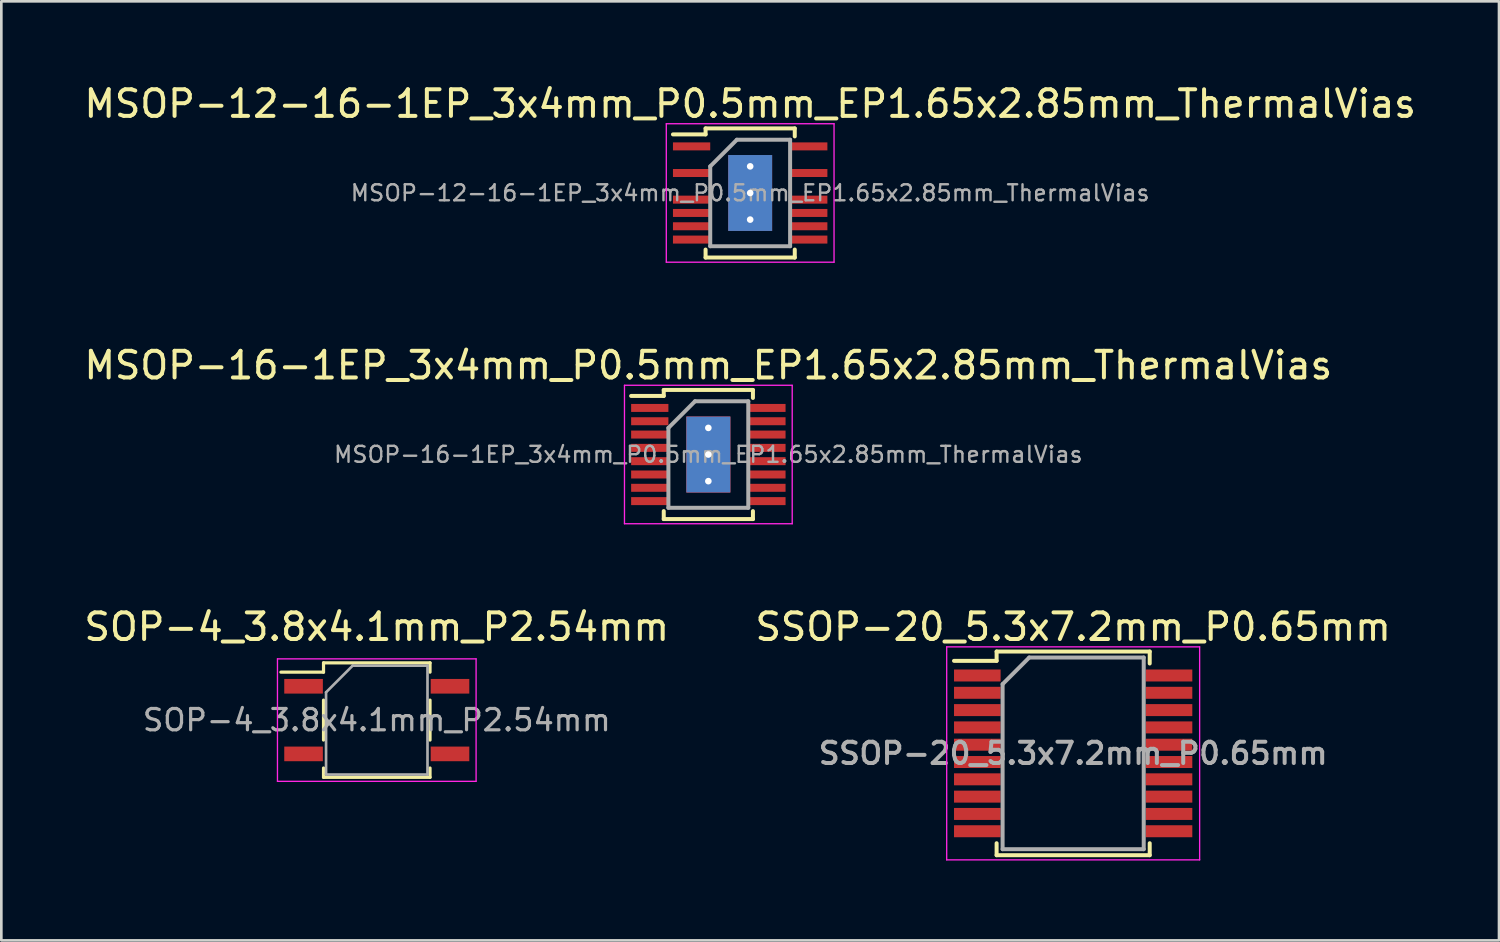
<source format=kicad_pcb>
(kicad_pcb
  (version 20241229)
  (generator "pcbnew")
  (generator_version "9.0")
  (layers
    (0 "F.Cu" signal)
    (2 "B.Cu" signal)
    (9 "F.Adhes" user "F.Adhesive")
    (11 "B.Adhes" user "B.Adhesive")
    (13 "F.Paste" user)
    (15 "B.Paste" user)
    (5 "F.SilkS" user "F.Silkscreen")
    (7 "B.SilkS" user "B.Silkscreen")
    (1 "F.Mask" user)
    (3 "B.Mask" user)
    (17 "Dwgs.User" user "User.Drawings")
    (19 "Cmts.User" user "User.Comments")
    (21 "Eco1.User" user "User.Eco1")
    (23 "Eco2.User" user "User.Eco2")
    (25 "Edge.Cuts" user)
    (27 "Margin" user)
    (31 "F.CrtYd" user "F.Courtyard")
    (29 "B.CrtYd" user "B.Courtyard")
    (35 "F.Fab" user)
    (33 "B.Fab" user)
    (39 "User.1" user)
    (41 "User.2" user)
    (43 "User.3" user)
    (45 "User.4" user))
  (footprint "SSOP-20_5.3x7.2mm_P0.65mm"
    (layer "F.Cu")
    (at 37.256 25.245)
    (property "Reference" "SSOP-20_5.3x7.2mm_P0.65mm" (at 0 -4.75 0) (layer "F.SilkS") (effects (font (size 1 1) (thickness 0.15))))
    (attr smd)
    (fp_line (start -2.875 -3.825) (end -2.875 -3.475) (stroke (width 0.15) (type solid)) (layer "F.SilkS"))
    (fp_line (start -2.875 -3.825) (end 2.875 -3.825) (stroke (width 0.15) (type solid)) (layer "F.SilkS"))
    (fp_line (start -2.875 -3.475) (end -4.475 -3.475) (stroke (width 0.15) (type solid)) (layer "F.SilkS"))
    (fp_line (start -2.875 3.825) (end -2.875 3.375) (stroke (width 0.15) (type solid)) (layer "F.SilkS"))
    (fp_line (start -2.875 3.825) (end 2.875 3.825) (stroke (width 0.15) (type solid)) (layer "F.SilkS"))
    (fp_line (start 2.875 -3.825) (end 2.875 -3.375) (stroke (width 0.15) (type solid)) (layer "F.SilkS"))
    (fp_line (start 2.875 3.825) (end 2.875 3.375) (stroke (width 0.15) (type solid)) (layer "F.SilkS"))
    (fp_line (start -4.75 -4) (end -4.75 4) (stroke (width 0.05) (type solid)) (layer "F.CrtYd"))
    (fp_line (start -4.75 -4) (end 4.75 -4) (stroke (width 0.05) (type solid)) (layer "F.CrtYd"))
    (fp_line (start -4.75 4) (end 4.75 4) (stroke (width 0.05) (type solid)) (layer "F.CrtYd"))
    (fp_line (start 4.75 -4) (end 4.75 4) (stroke (width 0.05) (type solid)) (layer "F.CrtYd"))
    (fp_line (start -2.65 -2.6) (end -1.65 -3.6) (stroke (width 0.15) (type solid)) (layer "F.Fab"))
    (fp_line (start -2.65 3.6) (end -2.65 -2.6) (stroke (width 0.15) (type solid)) (layer "F.Fab"))
    (fp_line (start -1.65 -3.6) (end 2.65 -3.6) (stroke (width 0.15) (type solid)) (layer "F.Fab"))
    (fp_line (start 2.65 -3.6) (end 2.65 3.6) (stroke (width 0.15) (type solid)) (layer "F.Fab"))
    (fp_line (start 2.65 3.6) (end -2.65 3.6) (stroke (width 0.15) (type solid)) (layer "F.Fab"))
    (fp_text user "${REFERENCE}" (at 0 0 0) (layer "F.Fab") (effects (font (size 0.8 0.8) (thickness 0.15))))
    (pad "1" smd rect (at -3.6 -2.925) (size 1.75 0.45) (layers "F.Cu" "F.Mask" "F.Paste"))
    (pad "2" smd rect (at -3.6 -2.275) (size 1.75 0.45) (layers "F.Cu" "F.Mask" "F.Paste"))
    (pad "3" smd rect (at -3.6 -1.625) (size 1.75 0.45) (layers "F.Cu" "F.Mask" "F.Paste"))
    (pad "4" smd rect (at -3.6 -0.975) (size 1.75 0.45) (layers "F.Cu" "F.Mask" "F.Paste"))
    (pad "5" smd rect (at -3.6 -0.325) (size 1.75 0.45) (layers "F.Cu" "F.Mask" "F.Paste"))
    (pad "6" smd rect (at -3.6 0.325) (size 1.75 0.45) (layers "F.Cu" "F.Mask" "F.Paste"))
    (pad "7" smd rect (at -3.6 0.975) (size 1.75 0.45) (layers "F.Cu" "F.Mask" "F.Paste"))
    (pad "8" smd rect (at -3.6 1.625) (size 1.75 0.45) (layers "F.Cu" "F.Mask" "F.Paste"))
    (pad "9" smd rect (at -3.6 2.275) (size 1.75 0.45) (layers "F.Cu" "F.Mask" "F.Paste"))
    (pad "10" smd rect (at -3.6 2.925) (size 1.75 0.45) (layers "F.Cu" "F.Mask" "F.Paste"))
    (pad "11" smd rect (at 3.6 2.925) (size 1.75 0.45) (layers "F.Cu" "F.Mask" "F.Paste"))
    (pad "12" smd rect (at 3.6 2.275) (size 1.75 0.45) (layers "F.Cu" "F.Mask" "F.Paste"))
    (pad "13" smd rect (at 3.6 1.625) (size 1.75 0.45) (layers "F.Cu" "F.Mask" "F.Paste"))
    (pad "14" smd rect (at 3.6 0.975) (size 1.75 0.45) (layers "F.Cu" "F.Mask" "F.Paste"))
    (pad "15" smd rect (at 3.6 0.325) (size 1.75 0.45) (layers "F.Cu" "F.Mask" "F.Paste"))
    (pad "16" smd rect (at 3.6 -0.325) (size 1.75 0.45) (layers "F.Cu" "F.Mask" "F.Paste"))
    (pad "17" smd rect (at 3.6 -0.975) (size 1.75 0.45) (layers "F.Cu" "F.Mask" "F.Paste"))
    (pad "18" smd rect (at 3.6 -1.625) (size 1.75 0.45) (layers "F.Cu" "F.Mask" "F.Paste"))
    (pad "19" smd rect (at 3.6 -2.275) (size 1.75 0.45) (layers "F.Cu" "F.Mask" "F.Paste"))
    (pad "20" smd rect (at 3.6 -2.925) (size 1.75 0.45) (layers "F.Cu" "F.Mask" "F.Paste")))
  (footprint "MSOP-16-1EP_3x4mm_P0.5mm_EP1.65x2.85mm_ThermalVias"
    (layer "F.Cu")
    (at 23.554 14.021)
    (property "Reference" "MSOP-16-1EP_3x4mm_P0.5mm_EP1.65x2.85mm_ThermalVias" (at 0 -3.35 0) (layer "F.SilkS") (effects (font (size 1 1) (thickness 0.15))))
    (attr smd)
    (fp_line (start -1.675 -2.425) (end -1.675 -2.2) (stroke (width 0.15) (type solid)) (layer "F.SilkS"))
    (fp_line (start -1.675 -2.425) (end 1.675 -2.425) (stroke (width 0.15) (type solid)) (layer "F.SilkS"))
    (fp_line (start -1.675 -2.2) (end -2.9 -2.2) (stroke (width 0.15) (type solid)) (layer "F.SilkS"))
    (fp_line (start -1.675 2.425) (end -1.675 2.125) (stroke (width 0.15) (type solid)) (layer "F.SilkS"))
    (fp_line (start -1.675 2.425) (end 1.675 2.425) (stroke (width 0.15) (type solid)) (layer "F.SilkS"))
    (fp_line (start 1.675 -2.425) (end 1.675 -2.125) (stroke (width 0.15) (type solid)) (layer "F.SilkS"))
    (fp_line (start 1.675 2.425) (end 1.675 2.125) (stroke (width 0.15) (type solid)) (layer "F.SilkS"))
    (fp_line (start -3.15 -2.6) (end -3.15 2.6) (stroke (width 0.05) (type solid)) (layer "F.CrtYd"))
    (fp_line (start -3.15 -2.6) (end 3.15 -2.6) (stroke (width 0.05) (type solid)) (layer "F.CrtYd"))
    (fp_line (start -3.15 2.6) (end 3.15 2.6) (stroke (width 0.05) (type solid)) (layer "F.CrtYd"))
    (fp_line (start 3.15 -2.6) (end 3.15 2.6) (stroke (width 0.05) (type solid)) (layer "F.CrtYd"))
    (fp_line (start -1.5 -1) (end -0.5 -2) (stroke (width 0.15) (type solid)) (layer "F.Fab"))
    (fp_line (start -1.5 2) (end -1.5 -1) (stroke (width 0.15) (type solid)) (layer "F.Fab"))
    (fp_line (start -0.5 -2) (end 1.5 -2) (stroke (width 0.15) (type solid)) (layer "F.Fab"))
    (fp_line (start 1.5 -2) (end 1.5 2) (stroke (width 0.15) (type solid)) (layer "F.Fab"))
    (fp_line (start 1.5 2) (end -1.5 2) (stroke (width 0.15) (type solid)) (layer "F.Fab"))
    (fp_text user "${REFERENCE}" (at 0 0 0) (layer "F.Fab") (effects (font (size 0.6 0.6) (thickness 0.09))))
    (pad "" smd rect (at -0.45 -1.25) (size 0.65 0.25) (layers "F.Paste"))
    (pad "" smd rect (at -0.45 -0.5) (size 0.65 0.8) (layers "F.Paste"))
    (pad "" smd rect (at -0.45 0.5) (size 0.65 0.8) (layers "F.Paste"))
    (pad "" smd rect (at -0.45 1.25) (size 0.65 0.25) (layers "F.Paste"))
    (pad "" smd rect (at 0.45 -1.25) (size 0.65 0.25) (layers "F.Paste"))
    (pad "" smd rect (at 0.45 -0.5) (size 0.65 0.8) (layers "F.Paste"))
    (pad "" smd rect (at 0.45 0.5) (size 0.65 0.8) (layers "F.Paste"))
    (pad "" smd rect (at 0.45 1.25) (size 0.65 0.25) (layers "F.Paste"))
    (pad "1" smd rect (at -2.2 -1.75) (size 1.4 0.3) (layers "F.Cu" "F.Mask" "F.Paste"))
    (pad "2" smd rect (at -2.2 -1.25) (size 1.4 0.3) (layers "F.Cu" "F.Mask" "F.Paste"))
    (pad "3" smd rect (at -2.2 -0.75) (size 1.4 0.3) (layers "F.Cu" "F.Mask" "F.Paste"))
    (pad "4" smd rect (at -2.2 -0.25) (size 1.4 0.3) (layers "F.Cu" "F.Mask" "F.Paste"))
    (pad "5" smd rect (at -2.2 0.25) (size 1.4 0.3) (layers "F.Cu" "F.Mask" "F.Paste"))
    (pad "6" smd rect (at -2.2 0.75) (size 1.4 0.3) (layers "F.Cu" "F.Mask" "F.Paste"))
    (pad "7" smd rect (at -2.2 1.25) (size 1.4 0.3) (layers "F.Cu" "F.Mask" "F.Paste"))
    (pad "8" smd rect (at -2.2 1.75) (size 1.4 0.3) (layers "F.Cu" "F.Mask" "F.Paste"))
    (pad "9" smd rect (at 2.2 1.75) (size 1.4 0.3) (layers "F.Cu" "F.Mask" "F.Paste"))
    (pad "10" smd rect (at 2.2 1.25) (size 1.4 0.3) (layers "F.Cu" "F.Mask" "F.Paste"))
    (pad "11" smd rect (at 2.2 0.75) (size 1.4 0.3) (layers "F.Cu" "F.Mask" "F.Paste"))
    (pad "12" smd rect (at 2.2 0.25) (size 1.4 0.3) (layers "F.Cu" "F.Mask" "F.Paste"))
    (pad "13" smd rect (at 2.2 -0.25) (size 1.4 0.3) (layers "F.Cu" "F.Mask" "F.Paste"))
    (pad "14" smd rect (at 2.2 -0.75) (size 1.4 0.3) (layers "F.Cu" "F.Mask" "F.Paste"))
    (pad "15" smd rect (at 2.2 -1.25) (size 1.4 0.3) (layers "F.Cu" "F.Mask" "F.Paste"))
    (pad "16" smd rect (at 2.2 -1.75) (size 1.4 0.3) (layers "F.Cu" "F.Mask" "F.Paste"))
    (pad "17" thru_hole circle (at 0 -1) (size 0.65 0.65) (drill 0.25) (layers "*.Cu"))
    (pad "17" thru_hole circle (at 0 0) (size 0.65 0.65) (drill 0.25) (layers "*.Cu" "F.Paste"))
    (pad "17" smd rect (at 0 0) (size 1.65 2.85) (layers "F.Cu" "F.Mask" "F.Paste"))
    (pad "17" smd rect (at 0 0) (size 1.65 2.85) (layers "F.Cu" "F.Mask" "F.Paste"))
    (pad "17" smd rect (at 0 0) (size 1.65 2.85) (layers "B.Cu"))
    (pad "17" thru_hole circle (at 0 1) (size 0.65 0.65) (drill 0.25) (layers "*.Cu")))
  (footprint "MSOP-12-16-1EP_3x4mm_P0.5mm_EP1.65x2.85mm_ThermalVias"
    (layer "F.Cu")
    (at 25.125 4.198)
    (property "Reference" "MSOP-12-16-1EP_3x4mm_P0.5mm_EP1.65x2.85mm_ThermalVias" (at 0 -3.35 0) (layer "F.SilkS") (effects (font (size 1 1) (thickness 0.15))))
    (attr smd)
    (fp_line (start -1.675 -2.425) (end -1.675 -2.2) (stroke (width 0.15) (type solid)) (layer "F.SilkS"))
    (fp_line (start -1.675 -2.425) (end 1.675 -2.425) (stroke (width 0.15) (type solid)) (layer "F.SilkS"))
    (fp_line (start -1.675 -2.2) (end -2.9 -2.2) (stroke (width 0.15) (type solid)) (layer "F.SilkS"))
    (fp_line (start -1.675 2.425) (end -1.675 2.125) (stroke (width 0.15) (type solid)) (layer "F.SilkS"))
    (fp_line (start -1.675 2.425) (end 1.675 2.425) (stroke (width 0.15) (type solid)) (layer "F.SilkS"))
    (fp_line (start 1.675 -2.425) (end 1.675 -2.125) (stroke (width 0.15) (type solid)) (layer "F.SilkS"))
    (fp_line (start 1.675 2.425) (end 1.675 2.125) (stroke (width 0.15) (type solid)) (layer "F.SilkS"))
    (fp_line (start -3.15 -2.6) (end -3.15 2.6) (stroke (width 0.05) (type solid)) (layer "F.CrtYd"))
    (fp_line (start -3.15 -2.6) (end 3.15 -2.6) (stroke (width 0.05) (type solid)) (layer "F.CrtYd"))
    (fp_line (start -3.15 2.6) (end 3.15 2.6) (stroke (width 0.05) (type solid)) (layer "F.CrtYd"))
    (fp_line (start 3.15 -2.6) (end 3.15 2.6) (stroke (width 0.05) (type solid)) (layer "F.CrtYd"))
    (fp_line (start -1.5 -1) (end -0.5 -2) (stroke (width 0.15) (type solid)) (layer "F.Fab"))
    (fp_line (start -1.5 2) (end -1.5 -1) (stroke (width 0.15) (type solid)) (layer "F.Fab"))
    (fp_line (start -0.5 -2) (end 1.5 -2) (stroke (width 0.15) (type solid)) (layer "F.Fab"))
    (fp_line (start 1.5 -2) (end 1.5 2) (stroke (width 0.15) (type solid)) (layer "F.Fab"))
    (fp_line (start 1.5 2) (end -1.5 2) (stroke (width 0.15) (type solid)) (layer "F.Fab"))
    (fp_text user "${REFERENCE}" (at 0 0 0) (layer "F.Fab") (effects (font (size 0.6 0.6) (thickness 0.09))))
    (pad "" smd rect (at -0.45 -1.25) (size 0.65 0.25) (layers "F.Paste"))
    (pad "" smd rect (at -0.45 -0.5) (size 0.65 0.8) (layers "F.Paste"))
    (pad "" smd rect (at -0.45 0.5) (size 0.65 0.8) (layers "F.Paste"))
    (pad "" smd rect (at -0.45 1.25) (size 0.65 0.25) (layers "F.Paste"))
    (pad "" smd rect (at 0.45 -1.25) (size 0.65 0.25) (layers "F.Paste"))
    (pad "" smd rect (at 0.45 -0.5) (size 0.65 0.8) (layers "F.Paste"))
    (pad "" smd rect (at 0.45 0.5) (size 0.65 0.8) (layers "F.Paste"))
    (pad "" smd rect (at 0.45 1.25) (size 0.65 0.25) (layers "F.Paste"))
    (pad "1" smd rect (at -2.2 -1.75) (size 1.4 0.3) (layers "F.Cu" "F.Mask" "F.Paste"))
    (pad "3" smd rect (at -2.2 -0.75) (size 1.4 0.3) (layers "F.Cu" "F.Mask" "F.Paste"))
    (pad "5" smd rect (at -2.2 0.25) (size 1.4 0.3) (layers "F.Cu" "F.Mask" "F.Paste"))
    (pad "6" smd rect (at -2.2 0.75) (size 1.4 0.3) (layers "F.Cu" "F.Mask" "F.Paste"))
    (pad "7" smd rect (at -2.2 1.25) (size 1.4 0.3) (layers "F.Cu" "F.Mask" "F.Paste"))
    (pad "8" smd rect (at -2.2 1.75) (size 1.4 0.3) (layers "F.Cu" "F.Mask" "F.Paste"))
    (pad "9" smd rect (at 2.2 1.75) (size 1.4 0.3) (layers "F.Cu" "F.Mask" "F.Paste"))
    (pad "10" smd rect (at 2.2 1.25) (size 1.4 0.3) (layers "F.Cu" "F.Mask" "F.Paste"))
    (pad "11" smd rect (at 2.2 0.75) (size 1.4 0.3) (layers "F.Cu" "F.Mask" "F.Paste"))
    (pad "12" smd rect (at 2.2 0.25) (size 1.4 0.3) (layers "F.Cu" "F.Mask" "F.Paste"))
    (pad "14" smd rect (at 2.2 -0.75) (size 1.4 0.3) (layers "F.Cu" "F.Mask" "F.Paste"))
    (pad "16" smd rect (at 2.2 -1.75) (size 1.4 0.3) (layers "F.Cu" "F.Mask" "F.Paste"))
    (pad "17" thru_hole circle (at 0 -1) (size 0.65 0.65) (drill 0.25) (layers "*.Cu"))
    (pad "17" thru_hole circle (at 0 0) (size 0.65 0.65) (drill 0.25) (layers "*.Cu" "F.Paste"))
    (pad "17" smd rect (at 0 0) (size 1.65 2.85) (layers "F.Cu" "F.Mask" "F.Paste"))
    (pad "17" smd rect (at 0 0) (size 1.65 2.85) (layers "B.Cu"))
    (pad "17" thru_hole circle (at 0 1) (size 0.65 0.65) (drill 0.25) (layers "*.Cu")))
  (footprint "SOP-4_3.8x4.1mm_P2.54mm"
    (layer "F.Cu")
    (at 11.101 23.995)
    (property "Reference" "SOP-4_3.8x4.1mm_P2.54mm" (at 0 -3.5 0) (layer "F.SilkS") (effects (font (size 1 1) (thickness 0.15))))
    (attr smd)
    (fp_line (start -2 -2.15) (end 2 -2.15) (stroke (width 0.12) (type solid)) (layer "F.SilkS"))
    (fp_line (start -2 -1.8) (end -3.6 -1.8) (stroke (width 0.12) (type solid)) (layer "F.SilkS"))
    (fp_line (start -2 -1.8) (end -2 -2.15) (stroke (width 0.12) (type solid)) (layer "F.SilkS"))
    (fp_line (start -2 0.75) (end -2 -0.75) (stroke (width 0.12) (type solid)) (layer "F.SilkS"))
    (fp_line (start -2 1.8) (end -2 2.15) (stroke (width 0.12) (type solid)) (layer "F.SilkS"))
    (fp_line (start -2 2.15) (end 2 2.15) (stroke (width 0.12) (type solid)) (layer "F.SilkS"))
    (fp_line (start 2 -2.15) (end 2 -1.8) (stroke (width 0.12) (type solid)) (layer "F.SilkS"))
    (fp_line (start 2 0.75) (end 2 -0.75) (stroke (width 0.12) (type solid)) (layer "F.SilkS"))
    (fp_line (start 2 2.15) (end 2 1.8) (stroke (width 0.12) (type solid)) (layer "F.SilkS"))
    (fp_line (start -3.73 -2.3) (end 3.73 -2.3) (stroke (width 0.05) (type solid)) (layer "F.CrtYd"))
    (fp_line (start -3.73 2.3) (end -3.73 -2.3) (stroke (width 0.05) (type solid)) (layer "F.CrtYd"))
    (fp_line (start 3.73 -2.3) (end 3.73 2.3) (stroke (width 0.05) (type solid)) (layer "F.CrtYd"))
    (fp_line (start 3.73 2.3) (end -3.73 2.3) (stroke (width 0.05) (type solid)) (layer "F.CrtYd"))
    (fp_line (start -1.905 -1.044) (end -0.905 -2.045) (stroke (width 0.1) (type solid)) (layer "F.Fab"))
    (fp_line (start -1.905 2.045) (end -1.905 -1.044) (stroke (width 0.1) (type solid)) (layer "F.Fab"))
    (fp_line (start -1.905 2.045) (end 1.905 2.045) (stroke (width 0.1) (type solid)) (layer "F.Fab"))
    (fp_line (start -0.905 -2.045) (end 1.905 -2.045) (stroke (width 0.1) (type solid)) (layer "F.Fab"))
    (fp_line (start 1.905 2.045) (end 1.905 -2.045) (stroke (width 0.1) (type solid)) (layer "F.Fab"))
    (fp_text user "${REFERENCE}" (at 0 0 0) (layer "F.Fab") (effects (font (size 0.8 0.8) (thickness 0.12))))
    (pad "1" smd rect (at -2.75 -1.27) (size 1.45 0.55) (layers "F.Cu" "F.Mask" "F.Paste"))
    (pad "2" smd rect (at -2.75 1.27) (size 1.45 0.55) (layers "F.Cu" "F.Mask" "F.Paste"))
    (pad "3" smd rect (at 2.75 1.27) (size 1.45 0.55) (layers "F.Cu" "F.Mask" "F.Paste"))
    (pad "4" smd rect (at 2.75 -1.27) (size 1.45 0.55) (layers "F.Cu" "F.Mask" "F.Paste")))
  (gr_rect
    (start -3 -3)
    (end 53.25 32.27)
    (stroke (width 0.1) (type default))
    (fill no)
    (layer "Edge.Cuts")))
</source>
